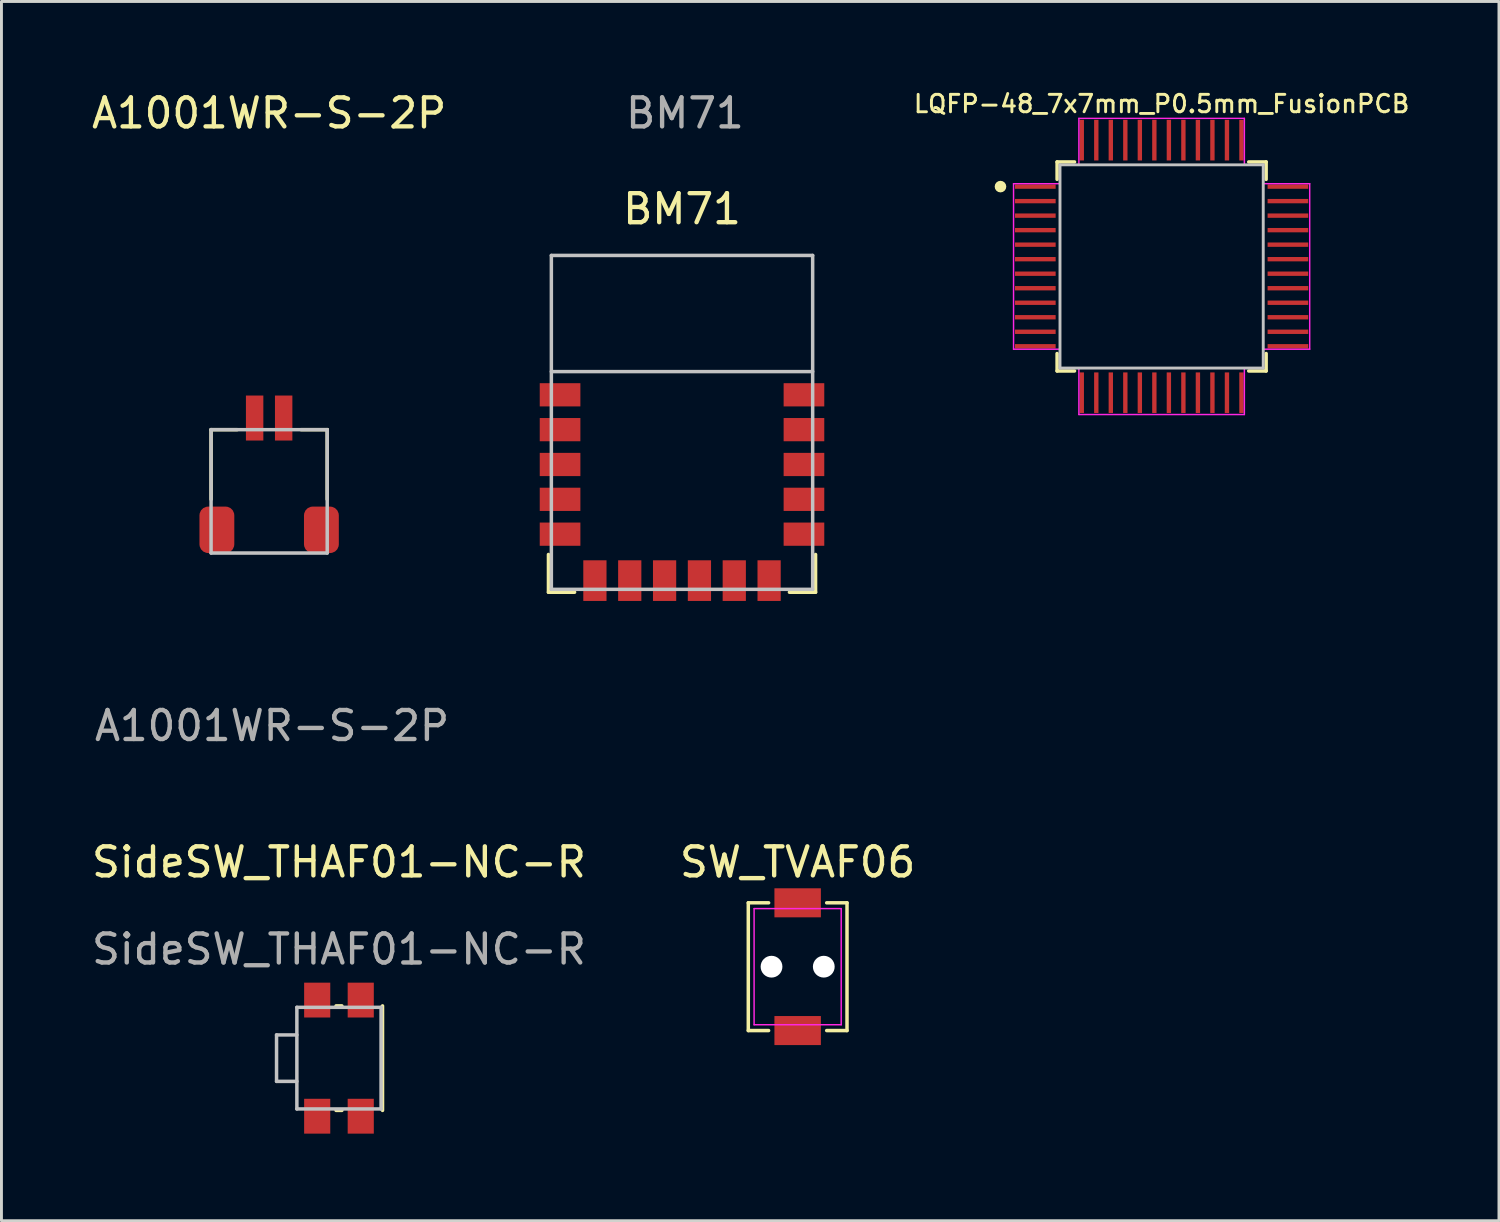
<source format=kicad_pcb>
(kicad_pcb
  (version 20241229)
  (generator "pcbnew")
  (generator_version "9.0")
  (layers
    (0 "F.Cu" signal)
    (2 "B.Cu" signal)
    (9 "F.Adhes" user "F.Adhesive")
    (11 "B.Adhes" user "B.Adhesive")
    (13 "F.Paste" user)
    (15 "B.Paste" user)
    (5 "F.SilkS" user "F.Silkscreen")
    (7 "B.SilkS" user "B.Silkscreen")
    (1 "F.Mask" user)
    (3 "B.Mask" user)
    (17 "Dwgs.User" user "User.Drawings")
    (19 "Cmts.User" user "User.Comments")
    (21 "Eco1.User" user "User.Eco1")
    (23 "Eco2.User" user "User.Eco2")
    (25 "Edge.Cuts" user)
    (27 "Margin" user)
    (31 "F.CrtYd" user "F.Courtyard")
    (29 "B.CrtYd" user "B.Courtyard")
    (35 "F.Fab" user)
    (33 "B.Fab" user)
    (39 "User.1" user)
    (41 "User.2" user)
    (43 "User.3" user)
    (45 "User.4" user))
  (footprint "SW_TVAF06"
    (layer "F.Cu")
    (at 24.423 30.245)
    (property "Reference" "SW_TVAF06" (at 0 -3.6 0) (layer "F.SilkS") (effects (font (size 1 1) (thickness 0.15))))
    (attr through_hole)
    (fp_line (start -1.7 -2.2) (end -1 -2.2) (stroke (width 0.12) (type solid)) (layer "F.SilkS"))
    (fp_line (start -1.7 2.2) (end -1.7 -2.2) (stroke (width 0.12) (type solid)) (layer "F.SilkS"))
    (fp_line (start -1 2.2) (end -1.7 2.2) (stroke (width 0.12) (type solid)) (layer "F.SilkS"))
    (fp_line (start 1 -2.2) (end 1.7 -2.2) (stroke (width 0.12) (type solid)) (layer "F.SilkS"))
    (fp_line (start 1.7 -2.2) (end 1.7 2.2) (stroke (width 0.12) (type solid)) (layer "F.SilkS"))
    (fp_line (start 1.7 2.2) (end 1 2.2) (stroke (width 0.12) (type solid)) (layer "F.SilkS"))
    (fp_line (start -1.5 -2) (end 1.5 -2) (stroke (width 0.05) (type solid)) (layer "F.CrtYd"))
    (fp_line (start -1.5 2) (end -1.5 -2) (stroke (width 0.05) (type solid)) (layer "F.CrtYd"))
    (fp_line (start 1.5 -2) (end 1.5 2) (stroke (width 0.05) (type solid)) (layer "F.CrtYd"))
    (fp_line (start 1.5 2) (end -1.5 2) (stroke (width 0.05) (type solid)) (layer "F.CrtYd"))
    (pad "" np_thru_hole circle (at -0.9 0) (size 0.75 0.75) (drill 0.75) (layers "*.Cu" "*.Mask"))
    (pad "" np_thru_hole circle (at 0.9 0) (size 0.75 0.75) (drill 0.75) (layers "*.Cu" "*.Mask"))
    (pad "1" smd rect (at 0 -2.2) (size 1.6 1) (layers "F.Cu" "F.Mask" "F.Paste"))
    (pad "2" smd rect (at 0 2.2) (size 1.6 1) (layers "F.Cu" "F.Mask" "F.Paste")))
  (footprint "A1001WR-S-2P"
    (layer "F.Cu")
    (at 6.22 11.748)
    (property "Reference" "A1001WR-S-2P" (at 0 -10.9 0) (unlocked yes) (layer "F.SilkS") (effects (font (size 1 1) (thickness 0.15))))
    (attr smd)
    (fp_line (start -2 0) (end -1.1 0) (stroke (width 0.12) (type solid)) (layer "F.SilkS"))
    (fp_line (start -2 2.4) (end -2 0) (stroke (width 0.12) (type solid)) (layer "F.SilkS"))
    (fp_line (start 1.1 0) (end 2 0) (stroke (width 0.12) (type solid)) (layer "F.SilkS"))
    (fp_line (start 2 0) (end 2 2.4) (stroke (width 0.12) (type solid)) (layer "F.SilkS"))
    (fp_line (start -2 0) (end 2 0) (stroke (width 0.12) (type solid)) (layer "Dwgs.User"))
    (fp_line (start -2 4.25) (end -2 0) (stroke (width 0.12) (type solid)) (layer "Dwgs.User"))
    (fp_line (start 2 0) (end 2 4.25) (stroke (width 0.12) (type solid)) (layer "Dwgs.User"))
    (fp_line (start 2 4.25) (end -2 4.25) (stroke (width 0.12) (type solid)) (layer "Dwgs.User"))
    (fp_text user "${REFERENCE}" (at 0.1 10.2 0) (unlocked yes) (layer "F.Fab") (effects (font (size 1 1) (thickness 0.15))))
    (pad "" smd roundrect (at -1.8 3.45) (size 1.2 1.6) (layers "F.Cu" "F.Mask" "F.Paste") (roundrect_rratio 0.25))
    (pad "" smd roundrect (at 1.8 3.45) (size 1.2 1.6) (layers "F.Cu" "F.Mask" "F.Paste") (roundrect_rratio 0.25))
    (pad "1" smd rect (at -0.5 -0.4) (size 0.6 1.55) (layers "F.Cu" "F.Mask" "F.Paste"))
    (pad "2" smd rect (at 0.5 -0.4) (size 0.6 1.55) (layers "F.Cu" "F.Mask" "F.Paste")))
  (footprint "LQFP-48_7x7mm_P0.5mm_FusionPCB"
    (layer "F.Cu")
    (at 36.959 6.127)
    (property "Reference" "LQFP-48_7x7mm_P0.5mm_FusionPCB" (at 0 -5.6 0) (layer "F.SilkS") (effects (font (size 0.6 0.6) (thickness 0.1))))
    (attr through_hole)
    (fp_line (start -3.6 -3.6) (end -3 -3.6) (stroke (width 0.12) (type solid)) (layer "F.SilkS"))
    (fp_line (start -3.6 -3) (end -3.6 -3.6) (stroke (width 0.12) (type solid)) (layer "F.SilkS"))
    (fp_line (start -3.6 3.6) (end -3.6 3) (stroke (width 0.12) (type solid)) (layer "F.SilkS"))
    (fp_line (start -3 3.6) (end -3.6 3.6) (stroke (width 0.12) (type solid)) (layer "F.SilkS"))
    (fp_line (start 3 -3.6) (end 3.6 -3.6) (stroke (width 0.12) (type solid)) (layer "F.SilkS"))
    (fp_line (start 3.6 -3.6) (end 3.6 -3) (stroke (width 0.12) (type solid)) (layer "F.SilkS"))
    (fp_line (start 3.6 3) (end 3.6 3.6) (stroke (width 0.12) (type solid)) (layer "F.SilkS"))
    (fp_line (start 3.6 3.6) (end 3 3.6) (stroke (width 0.12) (type solid)) (layer "F.SilkS"))
    (fp_circle (center -5.55 -2.75) (end -5.45 -2.75) (stroke (width 0.2) (type solid)) (fill no) (layer "F.SilkS"))
    (fp_line (start -3.5 -3.5) (end 3.5 -3.5) (stroke (width 0.1) (type solid)) (layer "Dwgs.User"))
    (fp_line (start -3.5 3.5) (end -3.5 -3.5) (stroke (width 0.1) (type solid)) (layer "Dwgs.User"))
    (fp_line (start 3.5 -3.5) (end 3.5 3.5) (stroke (width 0.1) (type solid)) (layer "Dwgs.User"))
    (fp_line (start 3.5 3.5) (end -3.5 3.5) (stroke (width 0.1) (type solid)) (layer "Dwgs.User"))
    (fp_line (start -5.1 -2.85) (end -3.5 -2.85) (stroke (width 0.05) (type solid)) (layer "F.CrtYd"))
    (fp_line (start -5.1 2.85) (end -5.1 -2.85) (stroke (width 0.05) (type solid)) (layer "F.CrtYd"))
    (fp_line (start -3.5 -3.5) (end -2.85 -3.5) (stroke (width 0.05) (type solid)) (layer "F.CrtYd"))
    (fp_line (start -3.5 -2.85) (end -3.5 -3.5) (stroke (width 0.05) (type solid)) (layer "F.CrtYd"))
    (fp_line (start -3.5 2.85) (end -5.1 2.85) (stroke (width 0.05) (type solid)) (layer "F.CrtYd"))
    (fp_line (start -3.5 3.5) (end -3.5 2.85) (stroke (width 0.05) (type solid)) (layer "F.CrtYd"))
    (fp_line (start -2.85 -5.1) (end 2.85 -5.1) (stroke (width 0.05) (type solid)) (layer "F.CrtYd"))
    (fp_line (start -2.85 -3.5) (end -2.85 -5.1) (stroke (width 0.05) (type solid)) (layer "F.CrtYd"))
    (fp_line (start -2.85 3.5) (end -3.5 3.5) (stroke (width 0.05) (type solid)) (layer "F.CrtYd"))
    (fp_line (start -2.85 5.1) (end -2.85 3.5) (stroke (width 0.05) (type solid)) (layer "F.CrtYd"))
    (fp_line (start 2.85 -5.1) (end 2.85 -3.5) (stroke (width 0.05) (type solid)) (layer "F.CrtYd"))
    (fp_line (start 2.85 -3.5) (end 3.5 -3.5) (stroke (width 0.05) (type solid)) (layer "F.CrtYd"))
    (fp_line (start 2.85 3.5) (end 2.85 5.1) (stroke (width 0.05) (type solid)) (layer "F.CrtYd"))
    (fp_line (start 2.85 5.1) (end -2.85 5.1) (stroke (width 0.05) (type solid)) (layer "F.CrtYd"))
    (fp_line (start 3.5 -3.5) (end 3.5 -2.85) (stroke (width 0.05) (type solid)) (layer "F.CrtYd"))
    (fp_line (start 3.5 -2.85) (end 5.1 -2.85) (stroke (width 0.05) (type solid)) (layer "F.CrtYd"))
    (fp_line (start 3.5 2.85) (end 3.5 3.5) (stroke (width 0.05) (type solid)) (layer "F.CrtYd"))
    (fp_line (start 3.5 3.5) (end 2.85 3.5) (stroke (width 0.05) (type solid)) (layer "F.CrtYd"))
    (fp_line (start 5.1 -2.85) (end 5.1 2.85) (stroke (width 0.05) (type solid)) (layer "F.CrtYd"))
    (fp_line (start 5.1 2.85) (end 3.5 2.85) (stroke (width 0.05) (type solid)) (layer "F.CrtYd"))
    (pad "1" smd rect (at -4.35 -2.75) (size 1.4 0.15) (layers "F.Cu" "F.Mask" "F.Paste"))
    (pad "2" smd rect (at -4.35 -2.25) (size 1.4 0.15) (layers "F.Cu" "F.Mask" "F.Paste"))
    (pad "3" smd rect (at -4.35 -1.75) (size 1.4 0.15) (layers "F.Cu" "F.Mask" "F.Paste"))
    (pad "4" smd rect (at -4.35 -1.25) (size 1.4 0.15) (layers "F.Cu" "F.Mask" "F.Paste"))
    (pad "5" smd rect (at -4.35 -0.75) (size 1.4 0.15) (layers "F.Cu" "F.Mask" "F.Paste"))
    (pad "6" smd rect (at -4.35 -0.25) (size 1.4 0.15) (layers "F.Cu" "F.Mask" "F.Paste"))
    (pad "7" smd rect (at -4.35 0.25) (size 1.4 0.15) (layers "F.Cu" "F.Mask" "F.Paste"))
    (pad "8" smd rect (at -4.35 0.75) (size 1.4 0.15) (layers "F.Cu" "F.Mask" "F.Paste"))
    (pad "9" smd rect (at -4.35 1.25) (size 1.4 0.15) (layers "F.Cu" "F.Mask" "F.Paste"))
    (pad "10" smd rect (at -4.35 1.75) (size 1.4 0.15) (layers "F.Cu" "F.Mask" "F.Paste"))
    (pad "11" smd rect (at -4.35 2.25) (size 1.4 0.15) (layers "F.Cu" "F.Mask" "F.Paste"))
    (pad "12" smd rect (at -4.35 2.75) (size 1.4 0.15) (layers "F.Cu" "F.Mask" "F.Paste"))
    (pad "13" smd rect (at -2.75 4.35) (size 0.15 1.4) (layers "F.Cu" "F.Mask" "F.Paste"))
    (pad "14" smd rect (at -2.25 4.35) (size 0.15 1.4) (layers "F.Cu" "F.Mask" "F.Paste"))
    (pad "15" smd rect (at -1.75 4.35) (size 0.15 1.4) (layers "F.Cu" "F.Mask" "F.Paste"))
    (pad "16" smd rect (at -1.25 4.35) (size 0.15 1.4) (layers "F.Cu" "F.Mask" "F.Paste"))
    (pad "17" smd rect (at -0.75 4.35) (size 0.15 1.4) (layers "F.Cu" "F.Mask" "F.Paste"))
    (pad "18" smd rect (at -0.25 4.35) (size 0.15 1.4) (layers "F.Cu" "F.Mask" "F.Paste"))
    (pad "19" smd rect (at 0.25 4.35) (size 0.15 1.4) (layers "F.Cu" "F.Mask" "F.Paste"))
    (pad "20" smd rect (at 0.75 4.35) (size 0.15 1.4) (layers "F.Cu" "F.Mask" "F.Paste"))
    (pad "21" smd rect (at 1.25 4.35) (size 0.15 1.4) (layers "F.Cu" "F.Mask" "F.Paste"))
    (pad "22" smd rect (at 1.75 4.35) (size 0.15 1.4) (layers "F.Cu" "F.Mask" "F.Paste"))
    (pad "23" smd rect (at 2.25 4.35) (size 0.15 1.4) (layers "F.Cu" "F.Mask" "F.Paste"))
    (pad "24" smd rect (at 2.75 4.35) (size 0.15 1.4) (layers "F.Cu" "F.Mask" "F.Paste"))
    (pad "25" smd rect (at 4.35 2.75) (size 1.4 0.15) (layers "F.Cu" "F.Mask" "F.Paste"))
    (pad "26" smd rect (at 4.35 2.25) (size 1.4 0.15) (layers "F.Cu" "F.Mask" "F.Paste"))
    (pad "27" smd rect (at 4.35 1.75) (size 1.4 0.15) (layers "F.Cu" "F.Mask" "F.Paste"))
    (pad "28" smd rect (at 4.35 1.25) (size 1.4 0.15) (layers "F.Cu" "F.Mask" "F.Paste"))
    (pad "29" smd rect (at 4.35 0.75) (size 1.4 0.15) (layers "F.Cu" "F.Mask" "F.Paste"))
    (pad "30" smd rect (at 4.35 0.25) (size 1.4 0.15) (layers "F.Cu" "F.Mask" "F.Paste"))
    (pad "31" smd rect (at 4.35 -0.25) (size 1.4 0.15) (layers "F.Cu" "F.Mask" "F.Paste"))
    (pad "32" smd rect (at 4.35 -0.75) (size 1.4 0.15) (layers "F.Cu" "F.Mask" "F.Paste"))
    (pad "33" smd rect (at 4.35 -1.25) (size 1.4 0.15) (layers "F.Cu" "F.Mask" "F.Paste"))
    (pad "34" smd rect (at 4.35 -1.75) (size 1.4 0.15) (layers "F.Cu" "F.Mask" "F.Paste"))
    (pad "35" smd rect (at 4.35 -2.25) (size 1.4 0.15) (layers "F.Cu" "F.Mask" "F.Paste"))
    (pad "36" smd rect (at 4.35 -2.75) (size 1.4 0.15) (layers "F.Cu" "F.Mask" "F.Paste"))
    (pad "37" smd rect (at 2.75 -4.35) (size 0.15 1.4) (layers "F.Cu" "F.Mask" "F.Paste"))
    (pad "38" smd rect (at 2.25 -4.35) (size 0.15 1.4) (layers "F.Cu" "F.Mask" "F.Paste"))
    (pad "39" smd rect (at 1.75 -4.35) (size 0.15 1.4) (layers "F.Cu" "F.Mask" "F.Paste"))
    (pad "40" smd rect (at 1.25 -4.35) (size 0.15 1.4) (layers "F.Cu" "F.Mask" "F.Paste"))
    (pad "41" smd rect (at 0.75 -4.35) (size 0.15 1.4) (layers "F.Cu" "F.Mask" "F.Paste"))
    (pad "42" smd rect (at 0.25 -4.35) (size 0.15 1.4) (layers "F.Cu" "F.Mask" "F.Paste"))
    (pad "43" smd rect (at -0.25 -4.35) (size 0.15 1.4) (layers "F.Cu" "F.Mask" "F.Paste"))
    (pad "44" smd rect (at -0.75 -4.35) (size 0.15 1.4) (layers "F.Cu" "F.Mask" "F.Paste"))
    (pad "45" smd rect (at -1.25 -4.35) (size 0.15 1.4) (layers "F.Cu" "F.Mask" "F.Paste"))
    (pad "46" smd rect (at -1.75 -4.35) (size 0.15 1.4) (layers "F.Cu" "F.Mask" "F.Paste"))
    (pad "47" smd rect (at -2.25 -4.35) (size 0.15 1.4) (layers "F.Cu" "F.Mask" "F.Paste"))
    (pad "48" smd rect (at -2.75 -4.35) (size 0.15 1.4) (layers "F.Cu" "F.Mask" "F.Paste")))
  (footprint "BM71"
    (layer "F.Cu")
    (at 20.44 5.748)
    (property "Reference" "BM71" (at 0 -1.6 0) (unlocked yes) (layer "F.SilkS") (effects (font (size 1 1) (thickness 0.15))))
    (attr smd)
    (fp_line (start -4.6 10.3) (end -4.6 11.6) (stroke (width 0.12) (type solid)) (layer "F.SilkS"))
    (fp_line (start -4.6 11.6) (end -3.7 11.6) (stroke (width 0.12) (type solid)) (layer "F.SilkS"))
    (fp_line (start 4.6 10.3) (end 4.6 11.6) (stroke (width 0.12) (type solid)) (layer "F.SilkS"))
    (fp_line (start 4.6 11.6) (end 3.7 11.6) (stroke (width 0.12) (type solid)) (layer "F.SilkS"))
    (fp_line (start -4.5 0) (end 4.5 0) (stroke (width 0.12) (type solid)) (layer "Dwgs.User"))
    (fp_line (start -4.5 4) (end 4.5 4) (stroke (width 0.12) (type solid)) (layer "Dwgs.User"))
    (fp_line (start -4.5 11.5) (end -4.5 0) (stroke (width 0.12) (type solid)) (layer "Dwgs.User"))
    (fp_line (start 4.5 0) (end 4.5 11.5) (stroke (width 0.12) (type solid)) (layer "Dwgs.User"))
    (fp_line (start 4.5 11.5) (end -4.5 11.5) (stroke (width 0.12) (type solid)) (layer "Dwgs.User"))
    (fp_text user "${REFERENCE}" (at 0.1 -4.9 0) (unlocked yes) (layer "F.Fab") (effects (font (size 1 1) (thickness 0.15))))
    (pad "1" smd rect (at -4.2 4.8) (size 1.4 0.8) (layers "F.Cu" "F.Mask" "F.Paste"))
    (pad "2" smd rect (at -4.2 6) (size 1.4 0.8) (layers "F.Cu" "F.Mask" "F.Paste"))
    (pad "3" smd rect (at -4.2 7.2) (size 1.4 0.8) (layers "F.Cu" "F.Mask" "F.Paste"))
    (pad "4" smd rect (at -4.2 8.4) (size 1.4 0.8) (layers "F.Cu" "F.Mask" "F.Paste"))
    (pad "5" smd rect (at -4.2 9.6) (size 1.4 0.8) (layers "F.Cu" "F.Mask" "F.Paste"))
    (pad "6" smd rect (at -3 11.2) (size 0.8 1.4) (layers "F.Cu" "F.Mask" "F.Paste"))
    (pad "7" smd rect (at -1.8 11.2) (size 0.8 1.4) (layers "F.Cu" "F.Mask" "F.Paste"))
    (pad "8" smd rect (at -0.6 11.2) (size 0.8 1.4) (layers "F.Cu" "F.Mask" "F.Paste"))
    (pad "9" smd rect (at 0.6 11.2) (size 0.8 1.4) (layers "F.Cu" "F.Mask" "F.Paste"))
    (pad "10" smd rect (at 1.8 11.2) (size 0.8 1.4) (layers "F.Cu" "F.Mask" "F.Paste"))
    (pad "11" smd rect (at 3 11.2) (size 0.8 1.4) (layers "F.Cu" "F.Mask" "F.Paste"))
    (pad "12" smd rect (at 4.2 9.6) (size 1.4 0.8) (layers "F.Cu" "F.Mask" "F.Paste"))
    (pad "13" smd rect (at 4.2 8.4) (size 1.4 0.8) (layers "F.Cu" "F.Mask" "F.Paste"))
    (pad "14" smd rect (at 4.2 7.2) (size 1.4 0.8) (layers "F.Cu" "F.Mask" "F.Paste"))
    (pad "15" smd rect (at 4.2 6) (size 1.4 0.8) (layers "F.Cu" "F.Mask" "F.Paste"))
    (pad "16" smd rect (at 4.2 4.8) (size 1.4 0.8) (layers "F.Cu" "F.Mask" "F.Paste"))
    (zone (net_name "") (layer "F.Cu") (hatch edge 0.508) (connect_pads) (min_thickness 0.254) (filled_areas_thickness no) (keepout (tracks not_allowed) (vias not_allowed) (pads not_allowed) (copperpour not_allowed) (footprints allowed)) (placement (enabled no)) (fill) (polygon (pts (xy 18.94 12.548) (xy 16.94 12.548) (xy 16.94 9.748) (xy 18.94 9.748))))
    (zone (net_name "") (layer "F.Cu") (hatch edge 0.508) (connect_pads) (min_thickness 0.254) (filled_areas_thickness no) (keepout (tracks not_allowed) (vias not_allowed) (pads not_allowed) (copperpour not_allowed) (footprints allowed)) (placement (enabled no)) (fill) (polygon (pts (xy 22.44 15.448) (xy 20.84 15.448) (xy 20.84 10.248) (xy 22.44 10.248))))
    (zone (net_name "") (layer "F.Cu") (hatch edge 0.508) (connect_pads) (min_thickness 0.254) (filled_areas_thickness no) (keepout (tracks not_allowed) (vias not_allowed) (pads not_allowed) (copperpour not_allowed) (footprints allowed)) (placement (enabled no)) (fill) (polygon (pts (xy 23.34 13.548) (xy 22.44 13.548) (xy 22.44 12.548) (xy 23.34 12.548))))
    (zone (net_name "") (layer "F.Cu") (hatch edge 0.508) (connect_pads) (min_thickness 0.254) (filled_areas_thickness no) (keepout (tracks allowed) (vias allowed) (pads allowed) (copperpour not_allowed) (footprints allowed)) (placement (enabled no)) (fill) (polygon (pts (xy 24.94 9.748) (xy 15.94 9.748) (xy 15.94 5.748) (xy 24.94 5.748)))))
  (footprint "SideSW_THAF01-NC-R"
    (layer "F.Cu")
    (at 8.625 33.395)
    (property "Reference" "SideSW_THAF01-NC-R" (at 0 -6.75 0) (unlocked yes) (layer "F.SilkS") (effects (font (size 1 1) (thickness 0.15))))
    (attr smd)
    (fp_line (start -0.1 -1.8) (end 0.1 -1.8) (stroke (width 0.12) (type solid)) (layer "F.SilkS"))
    (fp_line (start -0.1 1.8) (end 0.1 1.8) (stroke (width 0.12) (type solid)) (layer "F.SilkS"))
    (fp_line (start 1.5 -1.8) (end 1.5 1.8) (stroke (width 0.12) (type solid)) (layer "F.SilkS"))
    (fp_line (start -2.15 -0.8) (end -2.15 0.8) (stroke (width 0.12) (type solid)) (layer "Dwgs.User"))
    (fp_line (start -2.15 0.8) (end -1.45 0.8) (stroke (width 0.12) (type solid)) (layer "Dwgs.User"))
    (fp_line (start -1.45 -1.75) (end 1.45 -1.75) (stroke (width 0.12) (type solid)) (layer "Dwgs.User"))
    (fp_line (start -1.45 -0.8) (end -2.15 -0.8) (stroke (width 0.12) (type solid)) (layer "Dwgs.User"))
    (fp_line (start -1.45 1.75) (end -1.45 -1.75) (stroke (width 0.12) (type solid)) (layer "Dwgs.User"))
    (fp_line (start 1.45 -1.75) (end 1.45 1.75) (stroke (width 0.12) (type solid)) (layer "Dwgs.User"))
    (fp_line (start 1.45 1.75) (end -1.45 1.75) (stroke (width 0.12) (type solid)) (layer "Dwgs.User"))
    (fp_text user "${REFERENCE}" (at 0 -3.75 0) (unlocked yes) (layer "F.Fab") (effects (font (size 1 1) (thickness 0.15))))
    (pad "1" smd rect (at 0.75 -2) (size 0.9 1.2) (layers "F.Cu" "F.Mask" "F.Paste"))
    (pad "1" smd rect (at 0.75 2) (size 0.9 1.2) (layers "F.Cu" "F.Mask" "F.Paste"))
    (pad "2" smd rect (at -0.75 -2) (size 0.9 1.2) (layers "F.Cu" "F.Mask" "F.Paste"))
    (pad "2" smd rect (at -0.75 2) (size 0.9 1.2) (layers "F.Cu" "F.Mask" "F.Paste")))
  (gr_rect
    (start -3 -3)
    (end 48.578 38.995)
    (stroke (width 0.1) (type default))
    (fill no)
    (layer "Edge.Cuts")))
</source>
